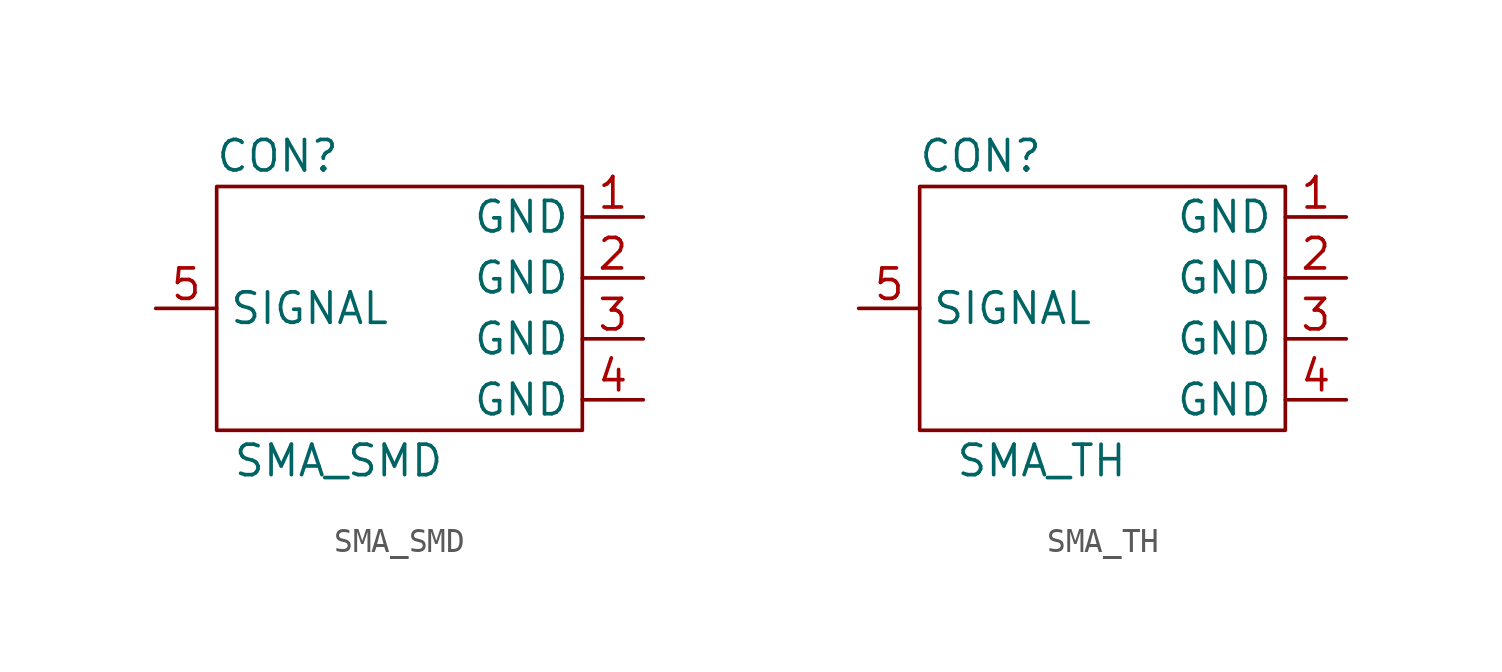
<source format=kicad_sym>
(kicad_symbol_lib
  (version 20211014)
  (generator kicad_symbol_editor)
  (symbol "SMA_SMD"
    (property "Reference" "CON"
      (at -5.08 6.35 0)
      (effects (font (size 1.27 1.27))))
    (property "Value" "SMA_SMD"
      (at -2.54 -6.35 0)
      (effects (font (size 1.27 1.27))))
    (symbol "SMA_SMD_0_1"
      (rectangle (start -7.62 5.08) (end 7.62 -5.08) (stroke (width 0) (type default) (color 0 0 0 0)) (fill (type none))))
    (symbol "SMA_SMD_1_1"
      (pin input line (at 10.16 3.81 180) (length 2.54) (name "GND" (effects (font (size 1.27 1.27)))) (number "1" (effects (font (size 1.27 1.27)))))
      (pin input line (at 10.16 1.27 180) (length 2.54) (name "GND" (effects (font (size 1.27 1.27)))) (number "2" (effects (font (size 1.27 1.27)))))
      (pin input line (at 10.16 -1.27 180) (length 2.54) (name "GND" (effects (font (size 1.27 1.27)))) (number "3" (effects (font (size 1.27 1.27)))))
      (pin input line (at 10.16 -3.81 180) (length 2.54) (name "GND" (effects (font (size 1.27 1.27)))) (number "4" (effects (font (size 1.27 1.27)))))
      (pin input line (at -10.16 0 0) (length 2.54) (name "SIGNAL" (effects (font (size 1.27 1.27)))) (number "5" (effects (font (size 1.27 1.27)))))))
  (symbol "SMA_TH"
    (property "Reference" "CON"
      (at -5.08 6.35 0)
      (effects (font (size 1.27 1.27))))
    (property "Value" "SMA_TH"
      (at -2.54 -6.35 0)
      (effects (font (size 1.27 1.27))))
    (symbol "SMA_TH_0_1"
      (rectangle (start -7.62 5.08) (end 7.62 -5.08) (stroke (width 0) (type default) (color 0 0 0 0)) (fill (type none))))
    (symbol "SMA_TH_1_1"
      (pin input line (at 10.16 3.81 180) (length 2.54) (name "GND" (effects (font (size 1.27 1.27)))) (number "1" (effects (font (size 1.27 1.27)))))
      (pin input line (at 10.16 1.27 180) (length 2.54) (name "GND" (effects (font (size 1.27 1.27)))) (number "2" (effects (font (size 1.27 1.27)))))
      (pin input line (at 10.16 -1.27 180) (length 2.54) (name "GND" (effects (font (size 1.27 1.27)))) (number "3" (effects (font (size 1.27 1.27)))))
      (pin input line (at 10.16 -3.81 180) (length 2.54) (name "GND" (effects (font (size 1.27 1.27)))) (number "4" (effects (font (size 1.27 1.27)))))
      (pin input line (at -10.16 0 0) (length 2.54) (name "SIGNAL" (effects (font (size 1.27 1.27)))) (number "5" (effects (font (size 1.27 1.27))))))))
</source>
